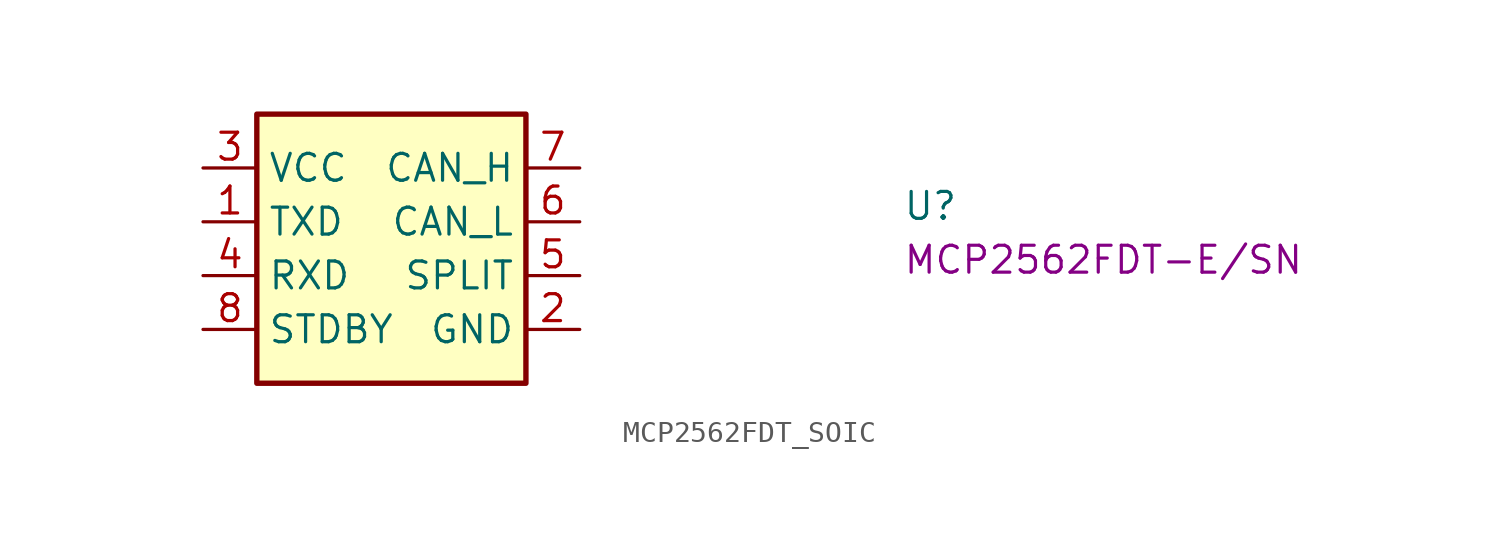
<source format=kicad_sym>
(kicad_symbol_lib
  (version 20220914)
  (generator kicad_symbol_editor)
  (symbol "MCP2562FDT_SOIC"
    (property "Reference" "U"
      (at 33.02 -2.54 0)
      (effects (font (size 1.27 1.27) (thickness 0.15)) (justify left bottom)))
    (property "MPN" "MCP2562FDT-E/SN"
      (at 33.02 -5.08 0)
      (effects (font (size 1.27 1.27) (thickness 0.15)) (justify left bottom)))
    (symbol "MCP2562FDT_SOIC_1_1"
      (rectangle (start 2.54 2.54) (end 15.24 -10.16) (stroke (width 0.254) (type default)) (fill (type background)))
      (pin input line (at 0 -2.54 0) (length 2.54) (name "TXD" (effects (font (size 1.27 1.27)))) (number "1" (effects (font (size 1.27 1.27)))))
      (pin power_in line (at 17.78 -7.62 180) (length 2.54) (name "GND" (effects (font (size 1.27 1.27)))) (number "2" (effects (font (size 1.27 1.27)))))
      (pin power_in line (at 0 0 0) (length 2.54) (name "VCC" (effects (font (size 1.27 1.27)))) (number "3" (effects (font (size 1.27 1.27)))))
      (pin output line (at 0 -5.08 0) (length 2.54) (name "RXD" (effects (font (size 1.27 1.27)))) (number "4" (effects (font (size 1.27 1.27)))))
      (pin output line (at 17.78 -5.08 180) (length 2.54) (name "SPLIT" (effects (font (size 1.27 1.27)))) (number "5" (effects (font (size 1.27 1.27)))))
      (pin bidirectional line (at 17.78 -2.54 180) (length 2.54) (name "CAN_L" (effects (font (size 1.27 1.27)))) (number "6" (effects (font (size 1.27 1.27)))))
      (pin bidirectional line (at 17.78 0 180) (length 2.54) (name "CAN_H" (effects (font (size 1.27 1.27)))) (number "7" (effects (font (size 1.27 1.27)))))
      (pin input line (at 0 -7.62 0) (length 2.54) (name "STDBY" (effects (font (size 1.27 1.27)))) (number "8" (effects (font (size 1.27 1.27))))))))
</source>
